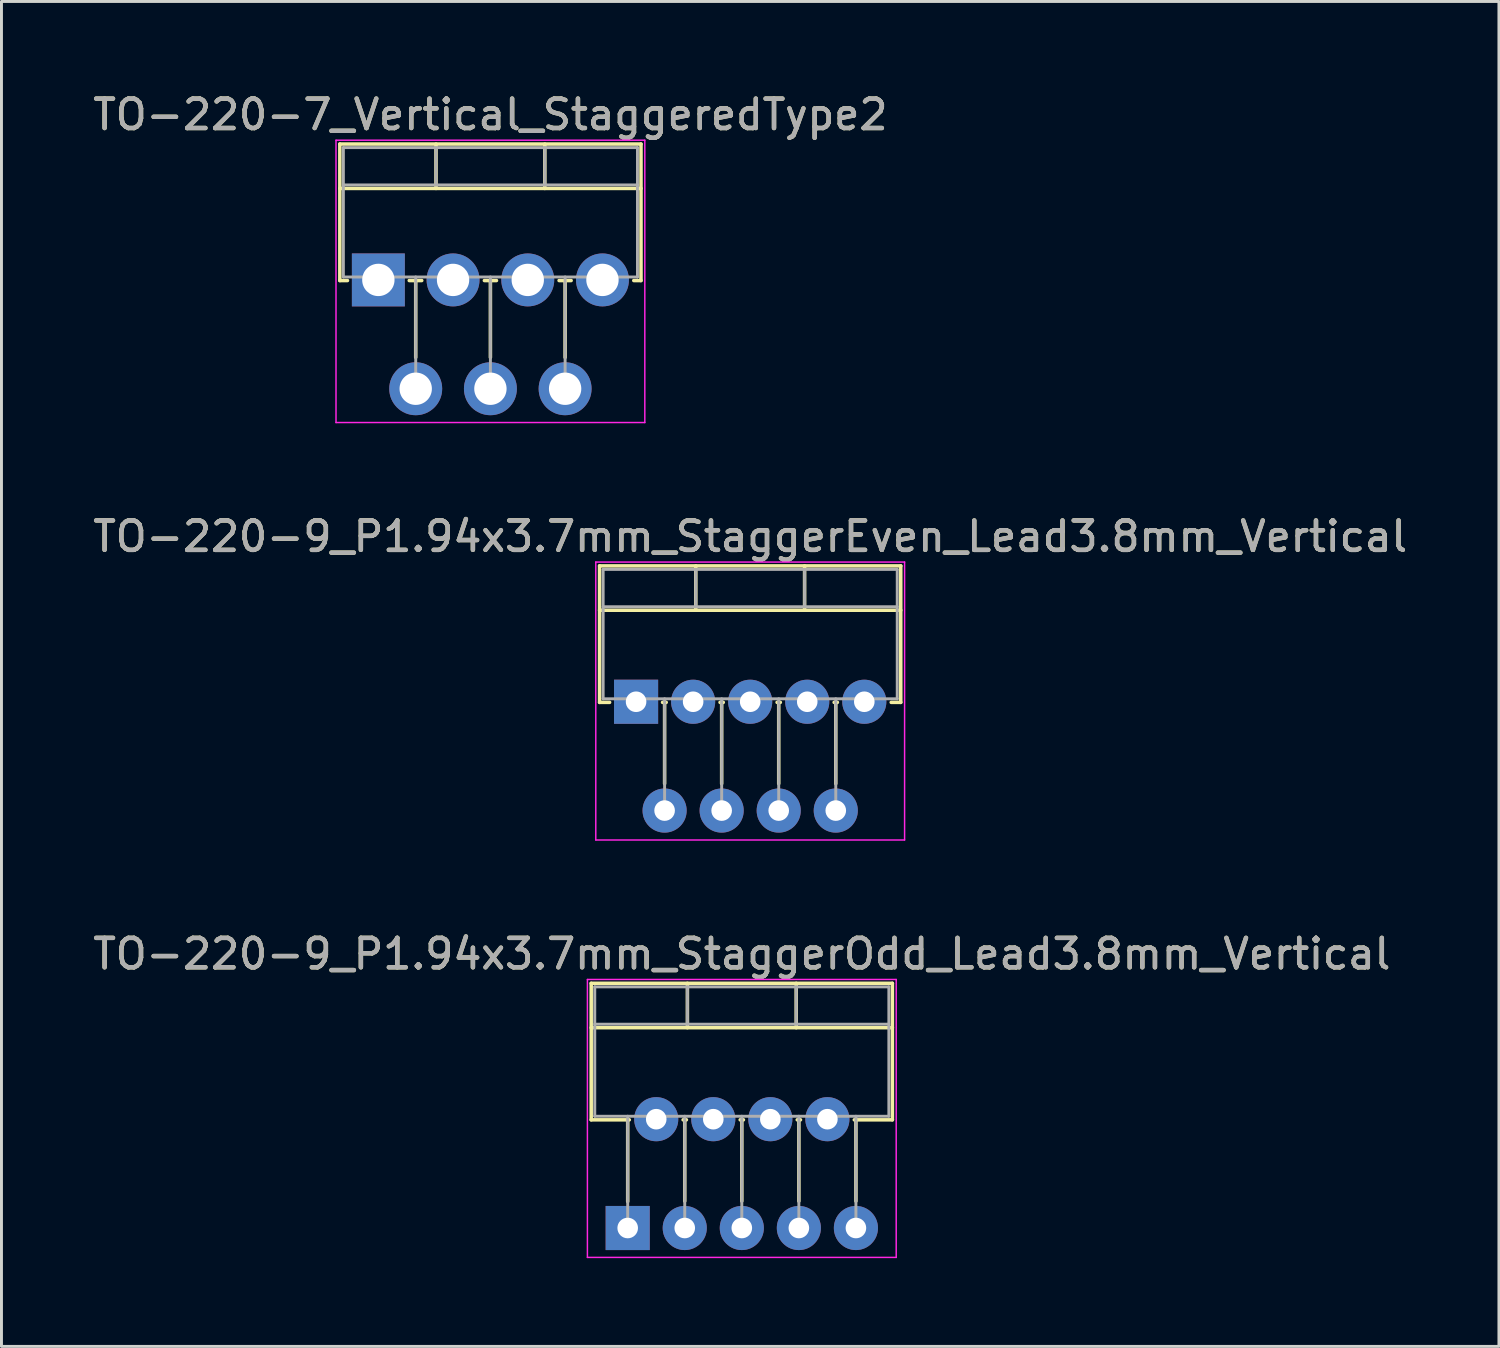
<source format=kicad_pcb>
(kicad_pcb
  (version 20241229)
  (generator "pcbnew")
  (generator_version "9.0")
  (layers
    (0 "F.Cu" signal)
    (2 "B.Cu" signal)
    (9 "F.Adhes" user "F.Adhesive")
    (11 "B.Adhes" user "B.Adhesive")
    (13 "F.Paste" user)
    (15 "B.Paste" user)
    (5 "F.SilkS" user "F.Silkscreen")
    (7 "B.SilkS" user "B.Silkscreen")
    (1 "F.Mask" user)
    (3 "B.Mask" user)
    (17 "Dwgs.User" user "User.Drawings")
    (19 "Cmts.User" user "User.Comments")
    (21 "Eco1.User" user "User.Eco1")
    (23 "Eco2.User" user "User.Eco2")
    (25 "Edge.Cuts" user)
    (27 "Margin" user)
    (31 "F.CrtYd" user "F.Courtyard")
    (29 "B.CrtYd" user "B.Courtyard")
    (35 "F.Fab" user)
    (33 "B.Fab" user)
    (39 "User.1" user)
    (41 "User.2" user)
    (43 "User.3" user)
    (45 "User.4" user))
  (footprint "TO-220-9_P1.94x3.7mm_StaggerOdd_Lead3.8mm_Vertical"
    (layer "F.Cu")
    (at 18.293 38.705)
    (property "Reference" "TO-220-9_P1.94x3.7mm_StaggerOdd_Lead3.8mm_Vertical" (at 3.88 -9.32 0) (layer "F.SilkS") (effects (font (size 1 1) (thickness 0.15))))
    (attr through_hole)
    (fp_line (start -1.241 -8.32) (end -1.241 -3.679) (stroke (width 0.12) (type solid)) (layer "F.SilkS"))
    (fp_line (start -1.241 -8.32) (end 9 -8.32) (stroke (width 0.12) (type solid)) (layer "F.SilkS"))
    (fp_line (start -1.241 -6.811) (end 9 -6.811) (stroke (width 0.12) (type solid)) (layer "F.SilkS"))
    (fp_line (start -1.241 -3.679) (end 0.055 -3.679) (stroke (width 0.12) (type solid)) (layer "F.SilkS"))
    (fp_line (start 0 -3.679) (end 0 -0.9) (stroke (width 0.12) (type solid)) (layer "F.SilkS"))
    (fp_line (start 1.885 -3.679) (end 1.996 -3.679) (stroke (width 0.12) (type solid)) (layer "F.SilkS"))
    (fp_line (start 1.94 -3.679) (end 1.94 -0.915) (stroke (width 0.12) (type solid)) (layer "F.SilkS"))
    (fp_line (start 2.03 -8.32) (end 2.03 -6.811) (stroke (width 0.12) (type solid)) (layer "F.SilkS"))
    (fp_line (start 3.825 -3.679) (end 3.935 -3.679) (stroke (width 0.12) (type solid)) (layer "F.SilkS"))
    (fp_line (start 3.88 -3.679) (end 3.88 -0.915) (stroke (width 0.12) (type solid)) (layer "F.SilkS"))
    (fp_line (start 5.73 -8.32) (end 5.73 -6.811) (stroke (width 0.12) (type solid)) (layer "F.SilkS"))
    (fp_line (start 5.765 -3.679) (end 5.875 -3.679) (stroke (width 0.12) (type solid)) (layer "F.SilkS"))
    (fp_line (start 5.82 -3.679) (end 5.82 -0.915) (stroke (width 0.12) (type solid)) (layer "F.SilkS"))
    (fp_line (start 7.705 -3.679) (end 9 -3.679) (stroke (width 0.12) (type solid)) (layer "F.SilkS"))
    (fp_line (start 7.76 -3.679) (end 7.76 -0.915) (stroke (width 0.12) (type solid)) (layer "F.SilkS"))
    (fp_line (start 9 -8.32) (end 9 -3.679) (stroke (width 0.12) (type solid)) (layer "F.SilkS"))
    (fp_line (start -1.37 -8.45) (end -1.37 1) (stroke (width 0.05) (type solid)) (layer "F.CrtYd"))
    (fp_line (start -1.37 1) (end 9.13 1) (stroke (width 0.05) (type solid)) (layer "F.CrtYd"))
    (fp_line (start 9.13 -8.45) (end -1.37 -8.45) (stroke (width 0.05) (type solid)) (layer "F.CrtYd"))
    (fp_line (start 9.13 1) (end 9.13 -8.45) (stroke (width 0.05) (type solid)) (layer "F.CrtYd"))
    (fp_line (start -1.12 -8.2) (end -1.12 -3.8) (stroke (width 0.1) (type solid)) (layer "F.Fab"))
    (fp_line (start -1.12 -6.93) (end 8.88 -6.93) (stroke (width 0.1) (type solid)) (layer "F.Fab"))
    (fp_line (start -1.12 -3.8) (end 8.88 -3.8) (stroke (width 0.1) (type solid)) (layer "F.Fab"))
    (fp_line (start 0 -3.8) (end 0 0) (stroke (width 0.1) (type solid)) (layer "F.Fab"))
    (fp_line (start 0.97 -3.8) (end 0.97 -3.7) (stroke (width 0.1) (type solid)) (layer "F.Fab"))
    (fp_line (start 1.94 -3.8) (end 1.94 0) (stroke (width 0.1) (type solid)) (layer "F.Fab"))
    (fp_line (start 2.03 -8.2) (end 2.03 -6.93) (stroke (width 0.1) (type solid)) (layer "F.Fab"))
    (fp_line (start 2.91 -3.8) (end 2.91 -3.7) (stroke (width 0.1) (type solid)) (layer "F.Fab"))
    (fp_line (start 3.88 -3.8) (end 3.88 0) (stroke (width 0.1) (type solid)) (layer "F.Fab"))
    (fp_line (start 4.85 -3.8) (end 4.85 -3.7) (stroke (width 0.1) (type solid)) (layer "F.Fab"))
    (fp_line (start 5.73 -8.2) (end 5.73 -6.93) (stroke (width 0.1) (type solid)) (layer "F.Fab"))
    (fp_line (start 5.82 -3.8) (end 5.82 0) (stroke (width 0.1) (type solid)) (layer "F.Fab"))
    (fp_line (start 6.79 -3.8) (end 6.79 -3.7) (stroke (width 0.1) (type solid)) (layer "F.Fab"))
    (fp_line (start 7.76 -3.8) (end 7.76 0) (stroke (width 0.1) (type solid)) (layer "F.Fab"))
    (fp_line (start 8.88 -8.2) (end -1.12 -8.2) (stroke (width 0.1) (type solid)) (layer "F.Fab"))
    (fp_line (start 8.88 -3.8) (end 8.88 -8.2) (stroke (width 0.1) (type solid)) (layer "F.Fab"))
    (fp_text user "${REFERENCE}" (at 3.88 -9.32 0) (layer "F.Fab") (effects (font (size 1 1) (thickness 0.15))))
    (pad "1" thru_hole rect (at 0 0) (size 1.5 1.5) (drill 0.7) (layers "*.Cu" "*.Mask"))
    (pad "2" thru_hole oval (at 0.97 -3.7) (size 1.5 1.5) (drill 0.7) (layers "*.Cu" "*.Mask"))
    (pad "3" thru_hole oval (at 1.94 0) (size 1.5 1.5) (drill 0.7) (layers "*.Cu" "*.Mask"))
    (pad "4" thru_hole oval (at 2.91 -3.7) (size 1.5 1.5) (drill 0.7) (layers "*.Cu" "*.Mask"))
    (pad "5" thru_hole oval (at 3.88 0) (size 1.5 1.5) (drill 0.7) (layers "*.Cu" "*.Mask"))
    (pad "6" thru_hole oval (at 4.85 -3.7) (size 1.5 1.5) (drill 0.7) (layers "*.Cu" "*.Mask"))
    (pad "7" thru_hole oval (at 5.82 0) (size 1.5 1.5) (drill 0.7) (layers "*.Cu" "*.Mask"))
    (pad "8" thru_hole oval (at 6.79 -3.7) (size 1.5 1.5) (drill 0.7) (layers "*.Cu" "*.Mask"))
    (pad "9" thru_hole oval (at 7.76 0) (size 1.5 1.5) (drill 0.7) (layers "*.Cu" "*.Mask")))
  (footprint "TO-220-9_P1.94x3.7mm_StaggerEven_Lead3.8mm_Vertical"
    (layer "F.Cu")
    (at 18.578 20.811)
    (property "Reference" "TO-220-9_P1.94x3.7mm_StaggerEven_Lead3.8mm_Vertical" (at 3.88 -5.62 0) (layer "F.SilkS") (effects (font (size 1 1) (thickness 0.15))))
    (attr through_hole)
    (fp_line (start -1.241 -4.62) (end -1.241 0.021) (stroke (width 0.12) (type solid)) (layer "F.SilkS"))
    (fp_line (start -1.241 -4.62) (end 9 -4.62) (stroke (width 0.12) (type solid)) (layer "F.SilkS"))
    (fp_line (start -1.241 -3.111) (end 9 -3.111) (stroke (width 0.12) (type solid)) (layer "F.SilkS"))
    (fp_line (start -1.241 0.021) (end -0.9 0.021) (stroke (width 0.12) (type solid)) (layer "F.SilkS"))
    (fp_line (start 0.9 0.021) (end 1.025 0.021) (stroke (width 0.12) (type solid)) (layer "F.SilkS"))
    (fp_line (start 0.97 0.021) (end 0.97 2.785) (stroke (width 0.12) (type solid)) (layer "F.SilkS"))
    (fp_line (start 2.03 -4.62) (end 2.03 -3.111) (stroke (width 0.12) (type solid)) (layer "F.SilkS"))
    (fp_line (start 2.855 0.021) (end 2.965 0.021) (stroke (width 0.12) (type solid)) (layer "F.SilkS"))
    (fp_line (start 2.91 0.021) (end 2.91 2.785) (stroke (width 0.12) (type solid)) (layer "F.SilkS"))
    (fp_line (start 4.795 0.021) (end 4.905 0.021) (stroke (width 0.12) (type solid)) (layer "F.SilkS"))
    (fp_line (start 4.85 0.021) (end 4.85 2.785) (stroke (width 0.12) (type solid)) (layer "F.SilkS"))
    (fp_line (start 5.73 -4.62) (end 5.73 -3.111) (stroke (width 0.12) (type solid)) (layer "F.SilkS"))
    (fp_line (start 6.735 0.021) (end 6.845 0.021) (stroke (width 0.12) (type solid)) (layer "F.SilkS"))
    (fp_line (start 6.79 0.021) (end 6.79 2.785) (stroke (width 0.12) (type solid)) (layer "F.SilkS"))
    (fp_line (start 8.675 0.021) (end 9 0.021) (stroke (width 0.12) (type solid)) (layer "F.SilkS"))
    (fp_line (start 9 -4.62) (end 9 0.021) (stroke (width 0.12) (type solid)) (layer "F.SilkS"))
    (fp_line (start -1.37 -4.75) (end -1.37 4.7) (stroke (width 0.05) (type solid)) (layer "F.CrtYd"))
    (fp_line (start -1.37 4.7) (end 9.13 4.7) (stroke (width 0.05) (type solid)) (layer "F.CrtYd"))
    (fp_line (start 9.13 -4.75) (end -1.37 -4.75) (stroke (width 0.05) (type solid)) (layer "F.CrtYd"))
    (fp_line (start 9.13 4.7) (end 9.13 -4.75) (stroke (width 0.05) (type solid)) (layer "F.CrtYd"))
    (fp_line (start -1.12 -4.5) (end -1.12 -0.1) (stroke (width 0.1) (type solid)) (layer "F.Fab"))
    (fp_line (start -1.12 -3.23) (end 8.88 -3.23) (stroke (width 0.1) (type solid)) (layer "F.Fab"))
    (fp_line (start -1.12 -0.1) (end 8.88 -0.1) (stroke (width 0.1) (type solid)) (layer "F.Fab"))
    (fp_line (start 0 -0.1) (end 0 0) (stroke (width 0.1) (type solid)) (layer "F.Fab"))
    (fp_line (start 0.97 -0.1) (end 0.97 3.7) (stroke (width 0.1) (type solid)) (layer "F.Fab"))
    (fp_line (start 1.94 -0.1) (end 1.94 0) (stroke (width 0.1) (type solid)) (layer "F.Fab"))
    (fp_line (start 2.03 -4.5) (end 2.03 -3.23) (stroke (width 0.1) (type solid)) (layer "F.Fab"))
    (fp_line (start 2.91 -0.1) (end 2.91 3.7) (stroke (width 0.1) (type solid)) (layer "F.Fab"))
    (fp_line (start 3.88 -0.1) (end 3.88 0) (stroke (width 0.1) (type solid)) (layer "F.Fab"))
    (fp_line (start 4.85 -0.1) (end 4.85 3.7) (stroke (width 0.1) (type solid)) (layer "F.Fab"))
    (fp_line (start 5.73 -4.5) (end 5.73 -3.23) (stroke (width 0.1) (type solid)) (layer "F.Fab"))
    (fp_line (start 5.82 -0.1) (end 5.82 0) (stroke (width 0.1) (type solid)) (layer "F.Fab"))
    (fp_line (start 6.79 -0.1) (end 6.79 3.7) (stroke (width 0.1) (type solid)) (layer "F.Fab"))
    (fp_line (start 7.76 -0.1) (end 7.76 0) (stroke (width 0.1) (type solid)) (layer "F.Fab"))
    (fp_line (start 8.88 -4.5) (end -1.12 -4.5) (stroke (width 0.1) (type solid)) (layer "F.Fab"))
    (fp_line (start 8.88 -0.1) (end 8.88 -4.5) (stroke (width 0.1) (type solid)) (layer "F.Fab"))
    (fp_text user "${REFERENCE}" (at 3.88 -5.62 0) (layer "F.Fab") (effects (font (size 1 1) (thickness 0.15))))
    (pad "1" thru_hole rect (at 0 0) (size 1.5 1.5) (drill 0.7) (layers "*.Cu" "*.Mask"))
    (pad "2" thru_hole oval (at 0.97 3.7) (size 1.5 1.5) (drill 0.7) (layers "*.Cu" "*.Mask"))
    (pad "3" thru_hole oval (at 1.94 0) (size 1.5 1.5) (drill 0.7) (layers "*.Cu" "*.Mask"))
    (pad "4" thru_hole oval (at 2.91 3.7) (size 1.5 1.5) (drill 0.7) (layers "*.Cu" "*.Mask"))
    (pad "5" thru_hole oval (at 3.88 0) (size 1.5 1.5) (drill 0.7) (layers "*.Cu" "*.Mask"))
    (pad "6" thru_hole oval (at 4.85 3.7) (size 1.5 1.5) (drill 0.7) (layers "*.Cu" "*.Mask"))
    (pad "7" thru_hole oval (at 5.82 0) (size 1.5 1.5) (drill 0.7) (layers "*.Cu" "*.Mask"))
    (pad "8" thru_hole oval (at 6.79 3.7) (size 1.5 1.5) (drill 0.7) (layers "*.Cu" "*.Mask"))
    (pad "9" thru_hole oval (at 7.76 0) (size 1.5 1.5) (drill 0.7) (layers "*.Cu" "*.Mask")))
  (footprint "TO-220-7_Vertical_StaggeredType2"
    (layer "F.Cu")
    (at 9.815 6.468)
    (property "Reference" "TO-220-7_Vertical_StaggeredType2" (at 3.81 -5.62 0) (layer "F.SilkS") (effects (font (size 1 1) (thickness 0.15))))
    (attr through_hole)
    (fp_line (start -1.31 -4.62) (end -1.31 0.021) (stroke (width 0.12) (type solid)) (layer "F.SilkS"))
    (fp_line (start -1.31 -4.62) (end 8.93 -4.62) (stroke (width 0.12) (type solid)) (layer "F.SilkS"))
    (fp_line (start -1.31 -3.111) (end 8.93 -3.111) (stroke (width 0.12) (type solid)) (layer "F.SilkS"))
    (fp_line (start -1.31 0.021) (end -1.05 0.021) (stroke (width 0.12) (type solid)) (layer "F.SilkS"))
    (fp_line (start 1.05 0.021) (end 1.475 0.021) (stroke (width 0.12) (type solid)) (layer "F.SilkS"))
    (fp_line (start 1.27 0.021) (end 1.27 2.635) (stroke (width 0.12) (type solid)) (layer "F.SilkS"))
    (fp_line (start 1.96 -4.62) (end 1.96 -3.111) (stroke (width 0.12) (type solid)) (layer "F.SilkS"))
    (fp_line (start 3.605 0.021) (end 4.016 0.021) (stroke (width 0.12) (type solid)) (layer "F.SilkS"))
    (fp_line (start 3.81 0.021) (end 3.81 2.635) (stroke (width 0.12) (type solid)) (layer "F.SilkS"))
    (fp_line (start 5.66 -4.62) (end 5.66 -3.111) (stroke (width 0.12) (type solid)) (layer "F.SilkS"))
    (fp_line (start 6.145 0.021) (end 6.555 0.021) (stroke (width 0.12) (type solid)) (layer "F.SilkS"))
    (fp_line (start 6.35 0.021) (end 6.35 2.635) (stroke (width 0.12) (type solid)) (layer "F.SilkS"))
    (fp_line (start 8.685 0.021) (end 8.93 0.021) (stroke (width 0.12) (type solid)) (layer "F.SilkS"))
    (fp_line (start 8.93 -4.62) (end 8.93 0.021) (stroke (width 0.12) (type solid)) (layer "F.SilkS"))
    (fp_line (start -1.44 -4.75) (end -1.44 4.85) (stroke (width 0.05) (type solid)) (layer "F.CrtYd"))
    (fp_line (start -1.44 4.85) (end 9.06 4.85) (stroke (width 0.05) (type solid)) (layer "F.CrtYd"))
    (fp_line (start 9.06 -4.75) (end -1.44 -4.75) (stroke (width 0.05) (type solid)) (layer "F.CrtYd"))
    (fp_line (start 9.06 4.85) (end 9.06 -4.75) (stroke (width 0.05) (type solid)) (layer "F.CrtYd"))
    (fp_line (start -1.19 -4.5) (end -1.19 -0.1) (stroke (width 0.1) (type solid)) (layer "F.Fab"))
    (fp_line (start -1.19 -3.23) (end 8.81 -3.23) (stroke (width 0.1) (type solid)) (layer "F.Fab"))
    (fp_line (start -1.19 -0.1) (end 8.81 -0.1) (stroke (width 0.1) (type solid)) (layer "F.Fab"))
    (fp_line (start 0 -0.1) (end 0 0) (stroke (width 0.1) (type solid)) (layer "F.Fab"))
    (fp_line (start 1.27 -0.1) (end 1.27 3.7) (stroke (width 0.1) (type solid)) (layer "F.Fab"))
    (fp_line (start 1.96 -4.5) (end 1.96 -3.23) (stroke (width 0.1) (type solid)) (layer "F.Fab"))
    (fp_line (start 2.54 -0.1) (end 2.54 0) (stroke (width 0.1) (type solid)) (layer "F.Fab"))
    (fp_line (start 3.81 -0.1) (end 3.81 3.7) (stroke (width 0.1) (type solid)) (layer "F.Fab"))
    (fp_line (start 5.08 -0.1) (end 5.08 0) (stroke (width 0.1) (type solid)) (layer "F.Fab"))
    (fp_line (start 5.66 -4.5) (end 5.66 -3.23) (stroke (width 0.1) (type solid)) (layer "F.Fab"))
    (fp_line (start 6.35 -0.1) (end 6.35 3.7) (stroke (width 0.1) (type solid)) (layer "F.Fab"))
    (fp_line (start 7.62 -0.1) (end 7.62 0) (stroke (width 0.1) (type solid)) (layer "F.Fab"))
    (fp_line (start 8.81 -4.5) (end -1.19 -4.5) (stroke (width 0.1) (type solid)) (layer "F.Fab"))
    (fp_line (start 8.81 -0.1) (end 8.81 -4.5) (stroke (width 0.1) (type solid)) (layer "F.Fab"))
    (fp_text user "${REFERENCE}" (at 3.81 -5.62 0) (layer "F.Fab") (effects (font (size 1 1) (thickness 0.15))))
    (pad "1" thru_hole rect (at 0 0) (size 1.8 1.8) (drill 1.1) (layers "*.Cu" "*.Mask"))
    (pad "2" thru_hole oval (at 1.27 3.7) (size 1.8 1.8) (drill 1.1) (layers "*.Cu" "*.Mask"))
    (pad "3" thru_hole oval (at 2.54 0) (size 1.8 1.8) (drill 1.1) (layers "*.Cu" "*.Mask"))
    (pad "4" thru_hole oval (at 3.81 3.7) (size 1.8 1.8) (drill 1.1) (layers "*.Cu" "*.Mask"))
    (pad "5" thru_hole oval (at 5.08 0) (size 1.8 1.8) (drill 1.1) (layers "*.Cu" "*.Mask"))
    (pad "6" thru_hole oval (at 6.35 3.7) (size 1.8 1.8) (drill 1.1) (layers "*.Cu" "*.Mask"))
    (pad "7" thru_hole oval (at 7.62 0) (size 1.8 1.8) (drill 1.1) (layers "*.Cu" "*.Mask")))
  (gr_rect
    (start -3 -3)
    (end 47.917 42.73)
    (stroke (width 0.1) (type default))
    (fill no)
    (layer "Edge.Cuts")))
</source>
